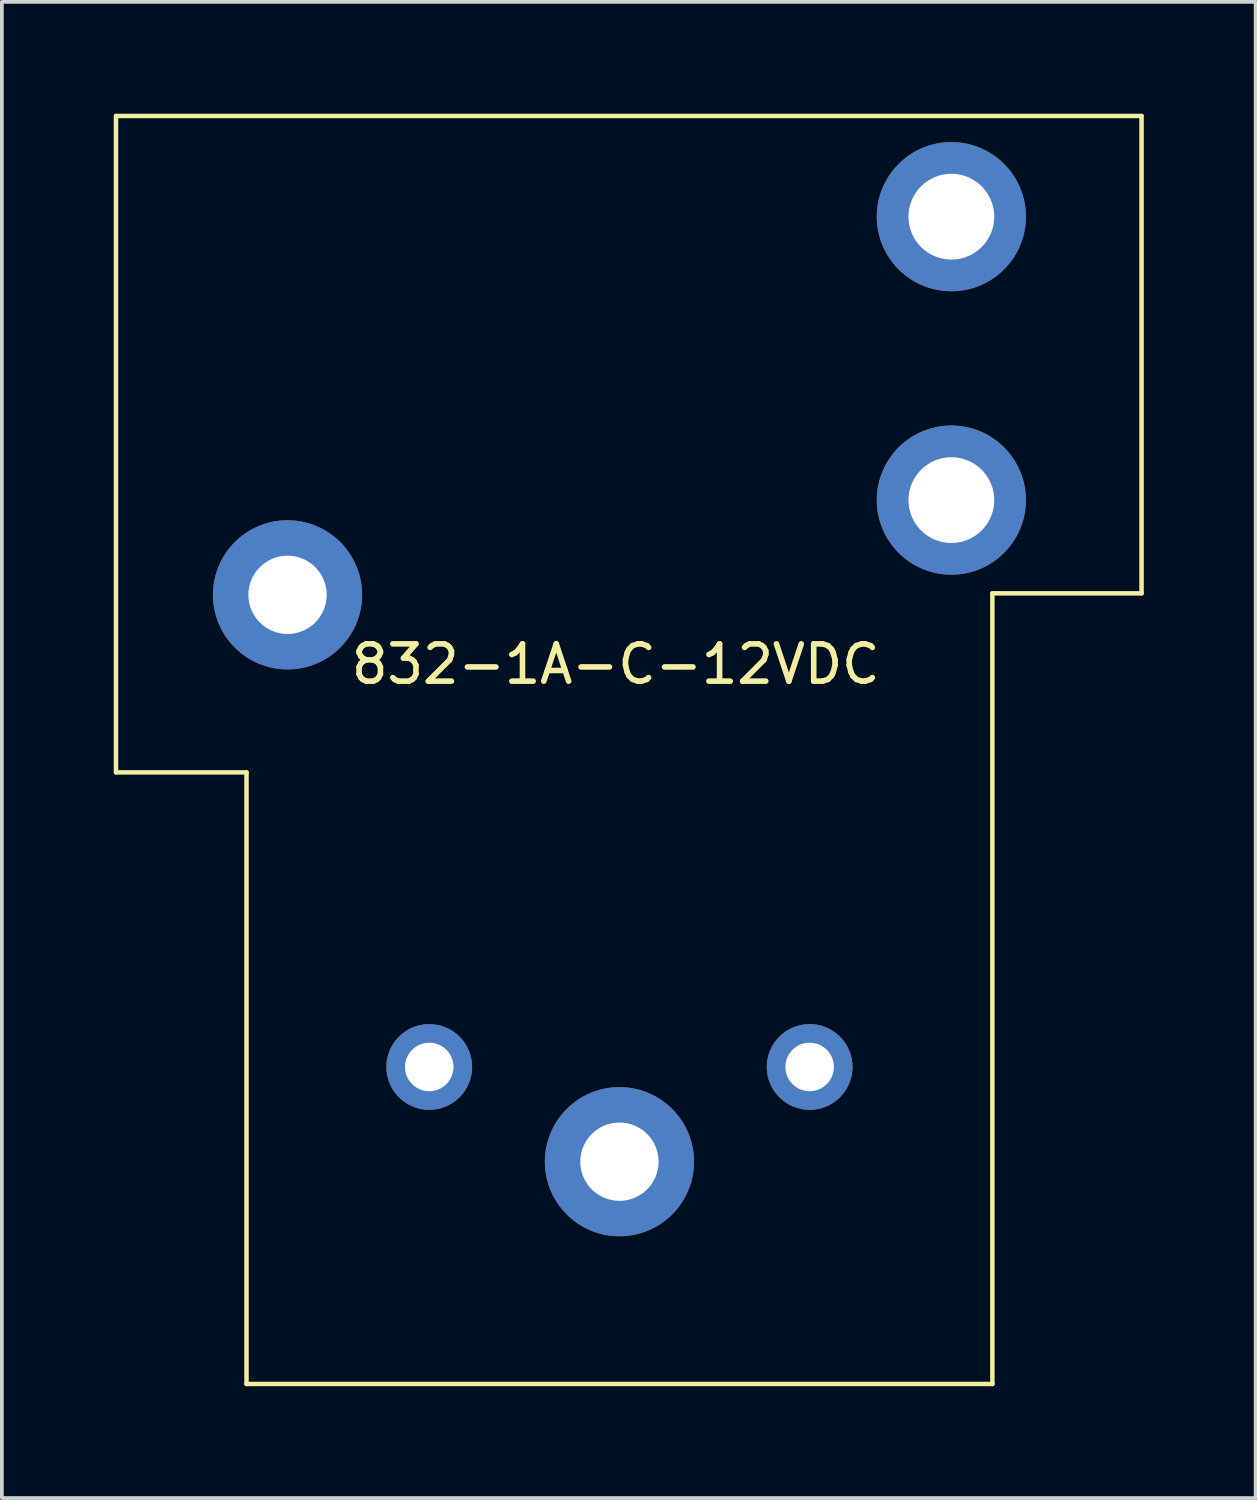
<source format=kicad_pcb>
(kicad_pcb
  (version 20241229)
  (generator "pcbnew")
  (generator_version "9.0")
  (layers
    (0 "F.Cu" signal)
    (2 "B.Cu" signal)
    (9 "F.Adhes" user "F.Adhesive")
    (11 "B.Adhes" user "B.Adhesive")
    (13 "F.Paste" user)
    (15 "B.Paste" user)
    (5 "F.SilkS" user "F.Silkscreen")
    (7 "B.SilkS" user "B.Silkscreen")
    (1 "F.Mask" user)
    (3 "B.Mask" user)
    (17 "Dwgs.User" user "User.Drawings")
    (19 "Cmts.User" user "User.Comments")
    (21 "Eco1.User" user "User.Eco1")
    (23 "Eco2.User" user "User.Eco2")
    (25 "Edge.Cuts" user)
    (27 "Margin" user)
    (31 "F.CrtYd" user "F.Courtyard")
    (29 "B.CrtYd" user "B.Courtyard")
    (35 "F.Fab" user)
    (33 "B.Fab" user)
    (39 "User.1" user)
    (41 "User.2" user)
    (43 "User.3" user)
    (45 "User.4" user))
  (footprint "832-1A-C-12VDC"
    (layer "F.Cu")
    (at 22.46 10.36)
    (property "Reference" "832-1A-C-12VDC" (at -9 4.4 0) (layer "F.SilkS") (effects (font (size 1 1) (thickness 0.15))))
    (attr through_hole)
    (fp_line (start -22.4 -10.3) (end -22.4 7.3) (stroke (width 0.12) (type solid)) (layer "F.SilkS"))
    (fp_line (start -22.4 -10.3) (end 5.1 -10.3) (stroke (width 0.12) (type solid)) (layer "F.SilkS"))
    (fp_line (start -22.4 7.3) (end -18.9 7.3) (stroke (width 0.12) (type solid)) (layer "F.SilkS"))
    (fp_line (start -18.9 7.3) (end -18.9 23.7) (stroke (width 0.12) (type solid)) (layer "F.SilkS"))
    (fp_line (start -18.9 23.7) (end 1.1 23.7) (stroke (width 0.12) (type solid)) (layer "F.SilkS"))
    (fp_line (start 1.1 2.5) (end 1.1 23.7) (stroke (width 0.12) (type solid)) (layer "F.SilkS"))
    (fp_line (start 5.1 -10.3) (end 5.1 2.5) (stroke (width 0.12) (type solid)) (layer "F.SilkS"))
    (fp_line (start 5.1 2.5) (end 1.1 2.5) (stroke (width 0.12) (type solid)) (layer "F.SilkS"))
    (pad "1" thru_hole circle (at -3.8 15.2) (size 2.3 2.3) (drill 1.3) (layers "*.Cu" "*.Mask"))
    (pad "2" thru_hole circle (at -14 15.2) (size 2.3 2.3) (drill 1.3) (layers "*.Cu" "*.Mask"))
    (pad "3" thru_hole circle (at 0 -7.6) (size 4 4) (drill 2.3) (layers "*.Cu" "*.Mask"))
    (pad "4" thru_hole circle (at -17.8 2.54) (size 4 4) (drill 2.1) (layers "*.Cu" "*.Mask"))
    (pad "4" thru_hole circle (at -8.9 17.74) (size 4 4) (drill 2.1) (layers "*.Cu" "*.Mask"))
    (pad "5" thru_hole circle (at 0 0) (size 4 4) (drill 2.3) (layers "*.Cu" "*.Mask")))
  (gr_rect
    (start -3 -3)
    (end 30.62 37.12)
    (stroke (width 0.1) (type default))
    (fill no)
    (layer "Edge.Cuts")))
</source>
